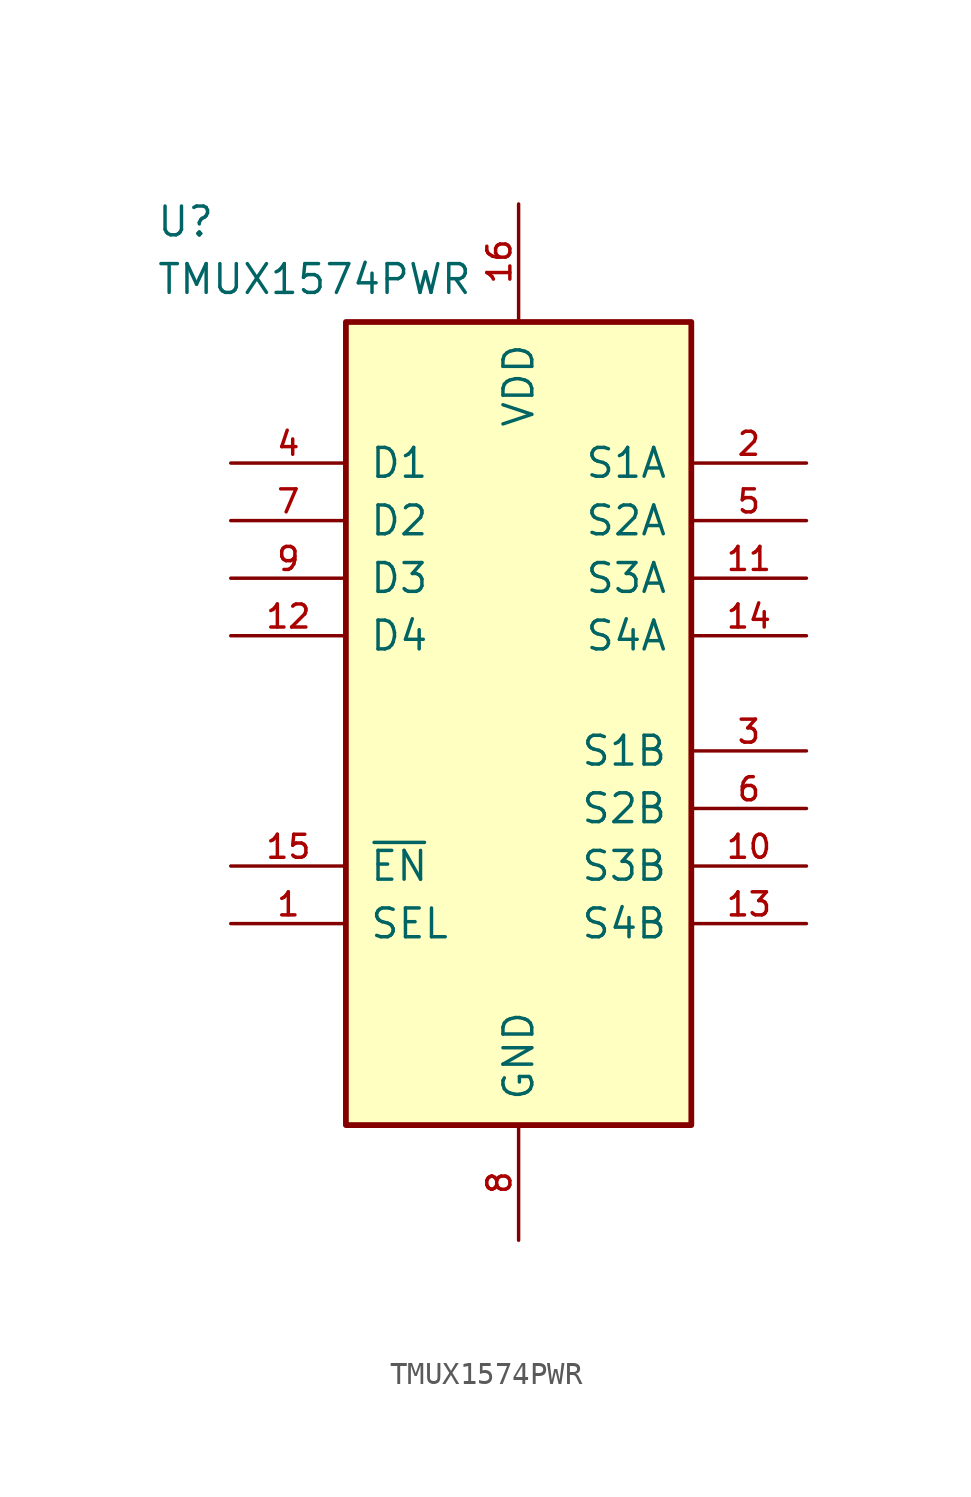
<source format=kicad_sym>
(kicad_symbol_lib
  (version 20231120)
  (generator "kicad_symbol_editor")
  (generator_version "8.0")
  (symbol "TMUX1574PWR"
    (pin_names
      (offset 1.016))
    (property "Reference" "U"
      (at -16.002 22.606 0)
      (effects (font (size 1.27 1.27)) (justify left bottom)))
    (property "Value" "TMUX1574PWR"
      (at -16.002 20.066 0)
      (effects (font (size 1.27 1.27)) (justify left bottom)))
    (symbol "TMUX1574PWR_1_0"
      (rectangle (start -7.62 18.923) (end 7.62 -16.51) (stroke (width 0.254) (type default)) (fill (type background)))
      (pin input line (at -12.7 -7.62 0) (length 5.08) (name "SEL" (effects (font (size 1.27 1.27)))) (number "1" (effects (font (size 1.016 1.016)))))
      (pin bidirectional line (at 12.7 -5.08 180) (length 5.08) (name "S3B" (effects (font (size 1.27 1.27)))) (number "10" (effects (font (size 1.016 1.016)))))
      (pin bidirectional line (at 12.7 7.62 180) (length 5.08) (name "S3A" (effects (font (size 1.27 1.27)))) (number "11" (effects (font (size 1.016 1.016)))))
      (pin bidirectional line (at -12.7 5.08 0) (length 5.08) (name "D4" (effects (font (size 1.27 1.27)))) (number "12" (effects (font (size 1.016 1.016)))))
      (pin bidirectional line (at 12.7 -7.62 180) (length 5.08) (name "S4B" (effects (font (size 1.27 1.27)))) (number "13" (effects (font (size 1.016 1.016)))))
      (pin bidirectional line (at 12.7 5.08 180) (length 5.08) (name "S4A" (effects (font (size 1.27 1.27)))) (number "14" (effects (font (size 1.016 1.016)))))
      (pin input line (at -12.7 -5.08 0) (length 5.08) (name "~{EN}" (effects (font (size 1.27 1.27)))) (number "15" (effects (font (size 1.016 1.016)))))
      (pin power_in line (at 0 24.13 270) (length 5.08) (name "VDD" (effects (font (size 1.27 1.27)))) (number "16" (effects (font (size 1.016 1.016)))))
      (pin bidirectional line (at 12.7 12.7 180) (length 5.08) (name "S1A" (effects (font (size 1.27 1.27)))) (number "2" (effects (font (size 1.016 1.016)))))
      (pin bidirectional line (at 12.7 0 180) (length 5.08) (name "S1B" (effects (font (size 1.27 1.27)))) (number "3" (effects (font (size 1.016 1.016)))))
      (pin bidirectional line (at -12.7 12.7 0) (length 5.08) (name "D1" (effects (font (size 1.27 1.27)))) (number "4" (effects (font (size 1.016 1.016)))))
      (pin bidirectional line (at 12.7 10.16 180) (length 5.08) (name "S2A" (effects (font (size 1.27 1.27)))) (number "5" (effects (font (size 1.016 1.016)))))
      (pin bidirectional line (at 12.7 -2.54 180) (length 5.08) (name "S2B" (effects (font (size 1.27 1.27)))) (number "6" (effects (font (size 1.016 1.016)))))
      (pin bidirectional line (at -12.7 10.16 0) (length 5.08) (name "D2" (effects (font (size 1.27 1.27)))) (number "7" (effects (font (size 1.016 1.016)))))
      (pin power_in line (at 0 -21.59 90) (length 5.08) (name "GND" (effects (font (size 1.27 1.27)))) (number "8" (effects (font (size 1.016 1.016)))))
      (pin bidirectional line (at -12.7 7.62 0) (length 5.08) (name "D3" (effects (font (size 1.27 1.27)))) (number "9" (effects (font (size 1.016 1.016))))))))
</source>
